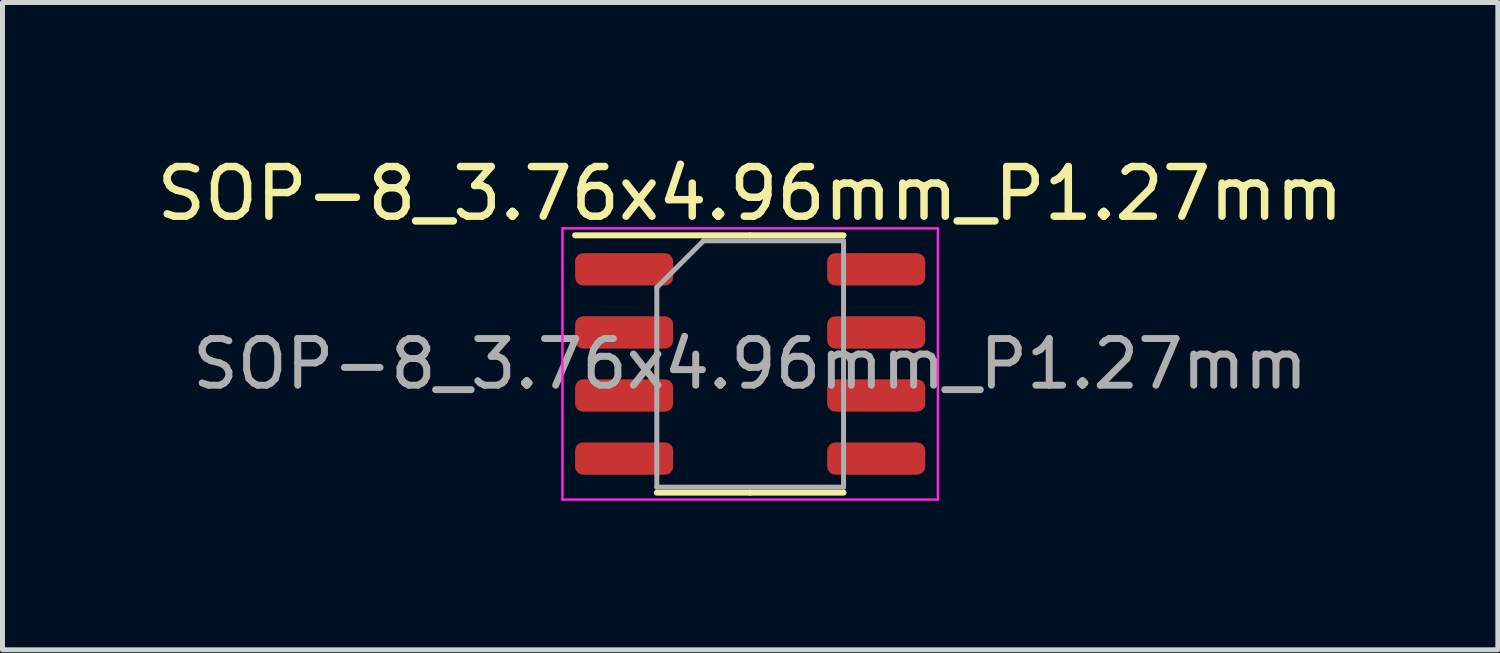
<source format=kicad_pcb>
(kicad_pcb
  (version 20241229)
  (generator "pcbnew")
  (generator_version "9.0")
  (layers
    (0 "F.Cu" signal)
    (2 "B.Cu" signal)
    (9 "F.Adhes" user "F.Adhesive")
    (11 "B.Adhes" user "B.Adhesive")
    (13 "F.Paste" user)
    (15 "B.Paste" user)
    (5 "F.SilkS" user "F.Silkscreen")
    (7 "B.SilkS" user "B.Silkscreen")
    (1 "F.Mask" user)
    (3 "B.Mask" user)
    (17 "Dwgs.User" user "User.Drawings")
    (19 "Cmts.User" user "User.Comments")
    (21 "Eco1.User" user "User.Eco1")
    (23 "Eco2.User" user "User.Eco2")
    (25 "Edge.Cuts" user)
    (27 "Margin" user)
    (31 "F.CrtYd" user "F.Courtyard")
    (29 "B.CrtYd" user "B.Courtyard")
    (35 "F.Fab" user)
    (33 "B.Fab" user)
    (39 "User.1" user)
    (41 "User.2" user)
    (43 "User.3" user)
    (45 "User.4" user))
  (footprint "SOP-8_3.76x4.96mm_P1.27mm"
    (layer "F.Cu")
    (at 12.054 4.278)
    (property "Reference" "SOP-8_3.76x4.96mm_P1.27mm" (at 0 -3.43 0) (layer "F.SilkS") (effects (font (size 1 1) (thickness 0.15))))
    (attr smd)
    (fp_line (start 0 -2.59) (end -3.525 -2.59) (stroke (width 0.12) (type solid)) (layer "F.SilkS"))
    (fp_line (start 0 -2.59) (end 1.88 -2.59) (stroke (width 0.12) (type solid)) (layer "F.SilkS"))
    (fp_line (start 0 2.59) (end -1.88 2.59) (stroke (width 0.12) (type solid)) (layer "F.SilkS"))
    (fp_line (start 0 2.59) (end 1.88 2.59) (stroke (width 0.12) (type solid)) (layer "F.SilkS"))
    (fp_line (start -3.78 -2.73) (end -3.78 2.73) (stroke (width 0.05) (type solid)) (layer "F.CrtYd"))
    (fp_line (start -3.78 2.73) (end 3.78 2.73) (stroke (width 0.05) (type solid)) (layer "F.CrtYd"))
    (fp_line (start 3.78 -2.73) (end -3.78 -2.73) (stroke (width 0.05) (type solid)) (layer "F.CrtYd"))
    (fp_line (start 3.78 2.73) (end 3.78 -2.73) (stroke (width 0.05) (type solid)) (layer "F.CrtYd"))
    (fp_line (start -1.88 -1.54) (end -0.94 -2.48) (stroke (width 0.1) (type solid)) (layer "F.Fab"))
    (fp_line (start -1.88 2.48) (end -1.88 -1.54) (stroke (width 0.1) (type solid)) (layer "F.Fab"))
    (fp_line (start -0.94 -2.48) (end 1.88 -2.48) (stroke (width 0.1) (type solid)) (layer "F.Fab"))
    (fp_line (start 1.88 -2.48) (end 1.88 2.48) (stroke (width 0.1) (type solid)) (layer "F.Fab"))
    (fp_line (start 1.88 2.48) (end -1.88 2.48) (stroke (width 0.1) (type solid)) (layer "F.Fab"))
    (fp_text user "${REFERENCE}" (at 0 0 0) (layer "F.Fab") (effects (font (size 0.94 0.94) (thickness 0.14))))
    (pad "1" smd roundrect (at -2.538 -1.905) (size 1.975 0.65) (layers "F.Cu" "F.Mask" "F.Paste") (roundrect_rratio 0.25))
    (pad "2" smd roundrect (at -2.538 -0.635) (size 1.975 0.65) (layers "F.Cu" "F.Mask" "F.Paste") (roundrect_rratio 0.25))
    (pad "3" smd roundrect (at -2.538 0.635) (size 1.975 0.65) (layers "F.Cu" "F.Mask" "F.Paste") (roundrect_rratio 0.25))
    (pad "4" smd roundrect (at -2.538 1.905) (size 1.975 0.65) (layers "F.Cu" "F.Mask" "F.Paste") (roundrect_rratio 0.25))
    (pad "5" smd roundrect (at 2.538 1.905) (size 1.975 0.65) (layers "F.Cu" "F.Mask" "F.Paste") (roundrect_rratio 0.25))
    (pad "6" smd roundrect (at 2.538 0.635) (size 1.975 0.65) (layers "F.Cu" "F.Mask" "F.Paste") (roundrect_rratio 0.25))
    (pad "7" smd roundrect (at 2.538 -0.635) (size 1.975 0.65) (layers "F.Cu" "F.Mask" "F.Paste") (roundrect_rratio 0.25))
    (pad "8" smd roundrect (at 2.538 -1.905) (size 1.975 0.65) (layers "F.Cu" "F.Mask" "F.Paste") (roundrect_rratio 0.25)))
  (gr_rect
    (start -3 -3)
    (end 27.107 10.033)
    (stroke (width 0.1) (type default))
    (fill no)
    (layer "Edge.Cuts")))
</source>
